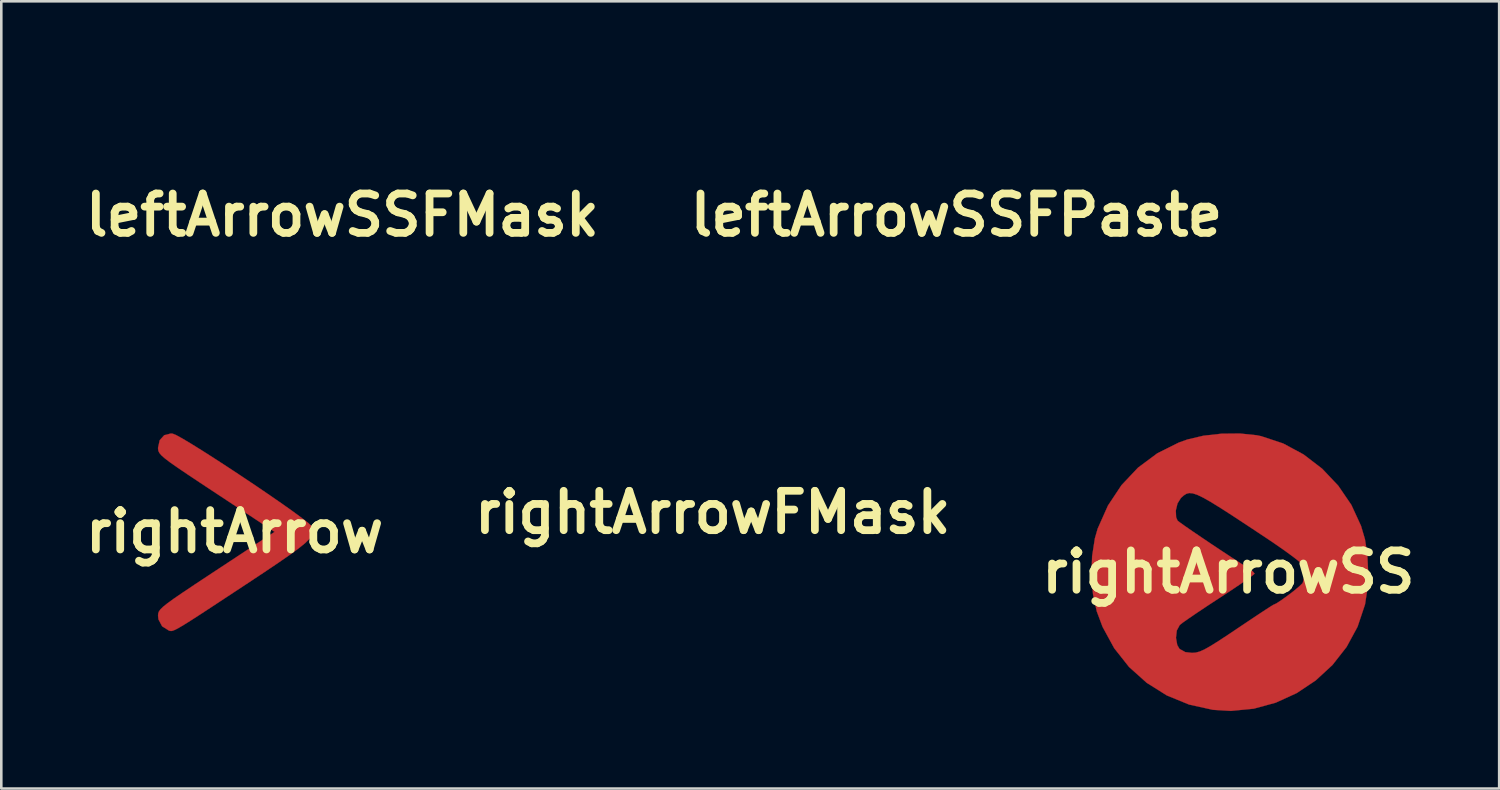
<source format=kicad_pcb>
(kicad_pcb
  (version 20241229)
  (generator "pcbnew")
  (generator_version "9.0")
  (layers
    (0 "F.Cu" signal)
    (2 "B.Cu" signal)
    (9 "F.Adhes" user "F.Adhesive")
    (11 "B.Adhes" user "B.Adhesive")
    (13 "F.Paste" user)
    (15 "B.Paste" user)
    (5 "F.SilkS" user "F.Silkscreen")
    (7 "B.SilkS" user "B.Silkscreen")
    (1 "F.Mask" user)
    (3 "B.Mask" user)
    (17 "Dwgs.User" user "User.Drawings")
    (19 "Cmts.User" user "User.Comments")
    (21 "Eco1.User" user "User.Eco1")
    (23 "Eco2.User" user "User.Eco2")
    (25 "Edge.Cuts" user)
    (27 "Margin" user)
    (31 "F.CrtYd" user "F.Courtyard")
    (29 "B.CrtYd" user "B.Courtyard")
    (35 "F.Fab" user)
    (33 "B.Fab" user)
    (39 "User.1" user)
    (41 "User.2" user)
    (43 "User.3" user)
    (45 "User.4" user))
  (footprint "rightArrow"
    (layer "F.Cu")
    (at 6.031 17.53)
    (property "Reference" "rightArrow" (at 0 0 0) (layer "F.SilkS") (effects (font (size 1.524 1.524) (thickness 0.3))))
    (attr through_hole)
    (fp_poly (pts (xy -2.395 -3.792) (xy -2.257 -3.735) (xy -2.002 -3.594) (xy -1.65 -3.383) (xy -1.221 -3.116) (xy -0.735 -2.805) (xy -0.211 -2.464) (xy 0.332 -2.105) (xy 0.872 -1.743) (xy 1.391 -1.389) (xy 1.869 -1.058) (xy 2.286 -0.762) (xy 2.622 -0.514) (xy 2.859 -0.328) (xy 2.975 -0.217) (xy 2.981 -0.206) (xy 3.024 -0.09) (xy 3.032 0.021) (xy 2.995 0.14) (xy 2.901 0.275) (xy 2.736 0.438) (xy 2.49 0.638) (xy 2.15 0.888) (xy 1.704 1.197) (xy 1.141 1.576) (xy 0.448 2.035) (xy 0.402 2.065) (xy -0.295 2.524) (xy -0.865 2.899) (xy -1.321 3.198) (xy -1.678 3.428) (xy -1.949 3.598) (xy -2.147 3.716) (xy -2.288 3.792) (xy -2.385 3.832) (xy -2.451 3.846) (xy -2.501 3.841) (xy -2.54 3.83) (xy -2.806 3.663) (xy -2.947 3.397) (xy -2.963 3.255) (xy -2.958 3.176) (xy -2.934 3.1) (xy -2.876 3.015) (xy -2.769 2.909) (xy -2.599 2.773) (xy -2.353 2.594) (xy -2.014 2.362) (xy -1.569 2.064) (xy -1.003 1.69) (xy -0.707 1.495) (xy 1.549 0.009) (xy -0.707 -1.479) (xy -1.331 -1.891) (xy -1.828 -2.222) (xy -2.212 -2.482) (xy -2.499 -2.683) (xy -2.701 -2.837) (xy -2.834 -2.955) (xy -2.912 -3.047) (xy -2.95 -3.127) (xy -2.962 -3.204) (xy -2.963 -3.248) (xy -2.898 -3.541) (xy -2.723 -3.734) (xy -2.467 -3.799) (xy -2.395 -3.792)) (stroke (width 0.01) (type solid)) (fill yes) (layer "F.Cu"))
    (pad "1" smd circle (at 2.032 0) (size 0.3 0.3) (layers "F.Cu" "F.Mask" "F.Paste")))
  (footprint "leftArrowSSFMask"
    (layer "F.Cu")
    (at 10.204 5.275)
    (property "Reference" "leftArrowSSFMask" (at 0 0 0) (layer "F.SilkS") (effects (font (size 1.524 1.524) (thickness 0.3))))
    (attr through_hole)
    (fp_poly (pts (xy 1.099 -5.163) (xy 1.959 -4.91) (xy 2.789 -4.506) (xy 3.406 -4.084) (xy 4.055 -3.469) (xy 4.596 -2.734) (xy 5.016 -1.897) (xy 5.179 -1.439) (xy 5.324 -0.779) (xy 5.384 -0.048) (xy 5.359 0.695) (xy 5.25 1.388) (xy 5.142 1.764) (xy 4.744 2.664) (xy 4.227 3.447) (xy 3.584 4.118) (xy 3 4.565) (xy 2.212 4.994) (xy 1.347 5.29) (xy 0.442 5.443) (xy -0.465 5.445) (xy -0.72 5.417) (xy -1.583 5.229) (xy -2.373 4.905) (xy -3.111 4.434) (xy -3.77 3.854) (xy -4.389 3.136) (xy -4.848 2.372) (xy -5.152 1.549) (xy -5.307 0.651) (xy -5.331 0.085) (xy -5.323 -0.024) (xy -2.875 -0.024) (xy -2.812 0.293) (xy -2.753 0.395) (xy -2.647 0.495) (xy -2.421 0.669) (xy -2.1 0.902) (xy -1.705 1.177) (xy -1.26 1.477) (xy -1.123 1.568) (xy -0.645 1.884) (xy -0.188 2.186) (xy 0.221 2.457) (xy 0.552 2.676) (xy 0.776 2.825) (xy 0.804 2.844) (xy 1.201 3.057) (xy 1.533 3.119) (xy 1.812 3.033) (xy 1.921 2.949) (xy 2.053 2.739) (xy 2.118 2.464) (xy 2.107 2.201) (xy 2.052 2.074) (xy 1.968 2.006) (xy 1.768 1.864) (xy 1.478 1.664) (xy 1.125 1.423) (xy 0.734 1.161) (xy 0.332 0.893) (xy -0.056 0.637) (xy -0.404 0.412) (xy -0.685 0.234) (xy -0.699 0.225) (xy -0.859 0.109) (xy -0.93 0.023) (xy -0.93 0.019) (xy -0.862 -0.044) (xy -0.673 -0.183) (xy -0.384 -0.383) (xy -0.019 -0.628) (xy 0.402 -0.905) (xy 0.443 -0.931) (xy 0.881 -1.217) (xy 1.276 -1.481) (xy 1.606 -1.705) (xy 1.843 -1.873) (xy 1.964 -1.967) (xy 1.966 -1.968) (xy 2.08 -2.182) (xy 2.113 -2.467) (xy 2.063 -2.744) (xy 1.977 -2.893) (xy 1.751 -3.018) (xy 1.486 -3.048) (xy 1.348 -3.038) (xy 1.199 -2.998) (xy 1.015 -2.917) (xy 0.774 -2.782) (xy 0.454 -2.581) (xy 0.03 -2.302) (xy -0.246 -2.117) (xy -0.672 -1.831) (xy -1.048 -1.581) (xy -1.352 -1.38) (xy -1.563 -1.244) (xy -1.659 -1.186) (xy -1.662 -1.185) (xy -1.769 -1.136) (xy -1.964 -1.009) (xy -2.205 -0.837) (xy -2.449 -0.65) (xy -2.655 -0.479) (xy -2.78 -0.358) (xy -2.796 -0.336) (xy -2.875 -0.024) (xy -5.323 -0.024) (xy -5.258 -0.861) (xy -5.036 -1.73) (xy -4.82 -2.243) (xy -4.333 -3.053) (xy -3.74 -3.744) (xy -3.058 -4.311) (xy -2.303 -4.752) (xy -1.492 -5.061) (xy -0.644 -5.235) (xy 0.225 -5.27) (xy 1.099 -5.163)) (stroke (width 0.01) (type solid)) (fill yes) (layer "F.Mask"))
    (pad "" smd circle (at 2.54 0) (size 1 1) (layers "F.Mask")))
  (footprint "rightArrowFMask"
    (layer "F.Cu")
    (at 24.539 16.784)
    (property "Reference" "rightArrowFMask" (at 0 0 0) (layer "F.SilkS") (effects (font (size 1.524 1.524) (thickness 0.3))))
    (attr through_hole)
    (fp_poly (pts (xy -1.398 -3.047) (xy -1.226 -2.995) (xy -1.002 -2.891) (xy -0.709 -2.727) (xy -0.335 -2.497) (xy 0.136 -2.194) (xy 0.718 -1.812) (xy 1.425 -1.343) (xy 1.506 -1.29) (xy 1.914 -1.013) (xy 2.278 -0.756) (xy 2.572 -0.538) (xy 2.77 -0.378) (xy 2.839 -0.309) (xy 2.952 -0.012) (xy 2.927 0.31) (xy 2.88 0.42) (xy 2.787 0.522) (xy 2.6 0.681) (xy 2.363 0.866) (xy 2.117 1.047) (xy 1.904 1.19) (xy 1.767 1.265) (xy 1.747 1.27) (xy 1.669 1.315) (xy 1.474 1.441) (xy 1.182 1.633) (xy 0.815 1.877) (xy 0.395 2.158) (xy 0.331 2.201) (xy -0.157 2.528) (xy -0.53 2.769) (xy -0.811 2.937) (xy -1.022 3.046) (xy -1.187 3.106) (xy -1.328 3.13) (xy -1.402 3.133) (xy -1.73 3.083) (xy -1.892 2.978) (xy -2.001 2.753) (xy -2.027 2.466) (xy -1.971 2.194) (xy -1.881 2.053) (xy -1.764 1.962) (xy -1.53 1.796) (xy -1.204 1.574) (xy -0.81 1.311) (xy -0.373 1.026) (xy -0.359 1.016) (xy 0.066 0.738) (xy 0.438 0.488) (xy 0.734 0.284) (xy 0.933 0.138) (xy 1.014 0.068) (xy 1.015 0.065) (xy 0.951 -0.017) (xy 0.795 -0.133) (xy 0.783 -0.14) (xy 0.507 -0.315) (xy 0.163 -0.538) (xy -0.224 -0.793) (xy -0.626 -1.06) (xy -1.018 -1.324) (xy -1.374 -1.566) (xy -1.668 -1.769) (xy -1.874 -1.915) (xy -1.966 -1.988) (xy -1.967 -1.989) (xy -2.036 -2.203) (xy -2.019 -2.479) (xy -1.928 -2.739) (xy -1.836 -2.864) (xy -1.735 -2.955) (xy -1.638 -3.02) (xy -1.53 -3.053) (xy -1.398 -3.047)) (stroke (width 0.01) (type solid)) (fill yes) (layer "F.Mask"))
    (pad "" smd circle (at 2.032 0) (size 1 1) (layers "F.Mask")))
  (footprint "rightArrowSS"
    (layer "F.Cu")
    (at 44.499 19.09)
    (property "Reference" "rightArrowSS" (at 0 0 0) (layer "F.SilkS") (effects (font (size 1.524 1.524) (thickness 0.3))))
    (attr through_hole)
    (fp_poly (pts (xy 1.095 -5.292) (xy 1.27 -5.256) (xy 2.121 -4.974) (xy 2.914 -4.547) (xy 3.632 -3.996) (xy 4.254 -3.339) (xy 4.762 -2.595) (xy 5.135 -1.785) (xy 5.287 -1.27) (xy 5.379 -0.684) (xy 5.411 -0.019) (xy 5.383 0.647) (xy 5.294 1.237) (xy 5.288 1.266) (xy 5.002 2.12) (xy 4.577 2.903) (xy 4.03 3.601) (xy 3.379 4.201) (xy 2.642 4.691) (xy 1.837 5.059) (xy 0.982 5.293) (xy 0.096 5.379) (xy -0.595 5.337) (xy -1.52 5.133) (xy -2.38 4.781) (xy -3.159 4.292) (xy -3.844 3.678) (xy -4.418 2.952) (xy -4.869 2.126) (xy -5.094 1.524) (xy -5.239 0.864) (xy -5.299 0.132) (xy -5.274 -0.61) (xy -5.166 -1.303) (xy -5.058 -1.679) (xy -4.745 -2.38) (xy -2.034 -2.38) (xy -2.022 -2.117) (xy -1.967 -1.989) (xy -1.883 -1.922) (xy -1.683 -1.779) (xy -1.394 -1.579) (xy -1.04 -1.339) (xy -0.65 -1.076) (xy -0.247 -0.808) (xy 0.141 -0.553) (xy 0.488 -0.327) (xy 0.769 -0.149) (xy 0.783 -0.14) (xy 0.943 -0.024) (xy 1.014 0.062) (xy 1.015 0.065) (xy 0.946 0.128) (xy 0.757 0.267) (xy 0.469 0.467) (xy 0.104 0.713) (xy -0.317 0.989) (xy -0.359 1.016) (xy -0.796 1.302) (xy -1.192 1.566) (xy -1.521 1.79) (xy -1.759 1.957) (xy -1.879 2.052) (xy -1.881 2.053) (xy -1.996 2.267) (xy -2.028 2.551) (xy -1.978 2.829) (xy -1.892 2.978) (xy -1.666 3.103) (xy -1.402 3.133) (xy -1.263 3.122) (xy -1.114 3.083) (xy -0.93 3.002) (xy -0.69 2.867) (xy -0.369 2.666) (xy 0.055 2.387) (xy 0.331 2.201) (xy 0.757 1.916) (xy 1.133 1.665) (xy 1.437 1.465) (xy 1.648 1.329) (xy 1.744 1.271) (xy 1.747 1.27) (xy 1.854 1.221) (xy 2.049 1.094) (xy 2.29 0.921) (xy 2.534 0.734) (xy 2.739 0.564) (xy 2.865 0.442) (xy 2.88 0.42) (xy 2.959 0.11) (xy 2.897 -0.206) (xy 2.839 -0.309) (xy 2.729 -0.414) (xy 2.503 -0.591) (xy 2.188 -0.821) (xy 1.809 -1.085) (xy 1.506 -1.29) (xy 0.785 -1.768) (xy 0.191 -2.159) (xy -0.291 -2.469) (xy -0.675 -2.707) (xy -0.975 -2.877) (xy -1.206 -2.987) (xy -1.382 -3.044) (xy -1.518 -3.055) (xy -1.627 -3.025) (xy -1.725 -2.963) (xy -1.825 -2.874) (xy -1.836 -2.864) (xy -1.968 -2.654) (xy -2.034 -2.38) (xy -4.745 -2.38) (xy -4.659 -2.572) (xy -4.134 -3.362) (xy -3.494 -4.04) (xy -2.751 -4.592) (xy -1.917 -5.009) (xy -1.584 -5.128) (xy -0.962 -5.274) (xy -0.262 -5.352) (xy 0.447 -5.359) (xy 1.095 -5.292)) (stroke (width 0.01) (type solid)) (fill yes) (layer "F.Cu"))
    (pad "1" smd circle (at -2.54 0) (size 1 1) (layers "F.Cu" "F.Mask" "F.Paste")))
  (footprint "leftArrowSSFPaste"
    (layer "F.Cu")
    (at 33.974 5.275)
    (property "Reference" "leftArrowSSFPaste" (at 0 0 0) (layer "F.SilkS") (effects (font (size 1.524 1.524) (thickness 0.3))))
    (attr through_hole)
    (fp_poly (pts (xy 1.099 -5.163) (xy 1.959 -4.91) (xy 2.789 -4.506) (xy 3.406 -4.084) (xy 4.055 -3.469) (xy 4.596 -2.734) (xy 5.016 -1.897) (xy 5.179 -1.439) (xy 5.324 -0.779) (xy 5.384 -0.048) (xy 5.359 0.695) (xy 5.25 1.388) (xy 5.142 1.764) (xy 4.744 2.664) (xy 4.227 3.447) (xy 3.584 4.118) (xy 3 4.565) (xy 2.212 4.994) (xy 1.347 5.29) (xy 0.442 5.443) (xy -0.465 5.445) (xy -0.72 5.417) (xy -1.583 5.229) (xy -2.373 4.905) (xy -3.111 4.434) (xy -3.77 3.854) (xy -4.389 3.136) (xy -4.848 2.372) (xy -5.152 1.549) (xy -5.307 0.651) (xy -5.331 0.085) (xy -5.323 -0.024) (xy -2.875 -0.024) (xy -2.812 0.293) (xy -2.753 0.395) (xy -2.647 0.495) (xy -2.421 0.669) (xy -2.1 0.902) (xy -1.705 1.177) (xy -1.26 1.477) (xy -1.123 1.568) (xy -0.645 1.884) (xy -0.188 2.186) (xy 0.221 2.457) (xy 0.552 2.676) (xy 0.776 2.825) (xy 0.804 2.844) (xy 1.201 3.057) (xy 1.533 3.119) (xy 1.812 3.033) (xy 1.921 2.949) (xy 2.053 2.739) (xy 2.118 2.464) (xy 2.107 2.201) (xy 2.052 2.074) (xy 1.968 2.006) (xy 1.768 1.864) (xy 1.478 1.664) (xy 1.125 1.423) (xy 0.734 1.161) (xy 0.332 0.893) (xy -0.056 0.637) (xy -0.404 0.412) (xy -0.685 0.234) (xy -0.699 0.225) (xy -0.859 0.109) (xy -0.93 0.023) (xy -0.93 0.019) (xy -0.862 -0.044) (xy -0.673 -0.183) (xy -0.384 -0.383) (xy -0.019 -0.628) (xy 0.402 -0.905) (xy 0.443 -0.931) (xy 0.881 -1.217) (xy 1.276 -1.481) (xy 1.606 -1.705) (xy 1.843 -1.873) (xy 1.964 -1.967) (xy 1.966 -1.968) (xy 2.08 -2.182) (xy 2.113 -2.467) (xy 2.063 -2.744) (xy 1.977 -2.893) (xy 1.751 -3.018) (xy 1.486 -3.048) (xy 1.348 -3.038) (xy 1.199 -2.998) (xy 1.015 -2.917) (xy 0.774 -2.782) (xy 0.454 -2.581) (xy 0.03 -2.302) (xy -0.246 -2.117) (xy -0.672 -1.831) (xy -1.048 -1.581) (xy -1.352 -1.38) (xy -1.563 -1.244) (xy -1.659 -1.186) (xy -1.662 -1.185) (xy -1.769 -1.136) (xy -1.964 -1.009) (xy -2.205 -0.837) (xy -2.449 -0.65) (xy -2.655 -0.479) (xy -2.78 -0.358) (xy -2.796 -0.336) (xy -2.875 -0.024) (xy -5.323 -0.024) (xy -5.258 -0.861) (xy -5.036 -1.73) (xy -4.82 -2.243) (xy -4.333 -3.053) (xy -3.74 -3.744) (xy -3.058 -4.311) (xy -2.303 -4.752) (xy -1.492 -5.061) (xy -0.644 -5.235) (xy 0.225 -5.27) (xy 1.099 -5.163)) (stroke (width 0.01) (type solid)) (fill yes) (layer "F.Paste"))
    (pad "" smd circle (at 2.54 0) (size 1 1) (layers "F.Paste")))
  (gr_rect
    (start -3 -3)
    (end 54.982 27.474)
    (stroke (width 0.1) (type default))
    (fill no)
    (layer "Edge.Cuts")))
</source>
